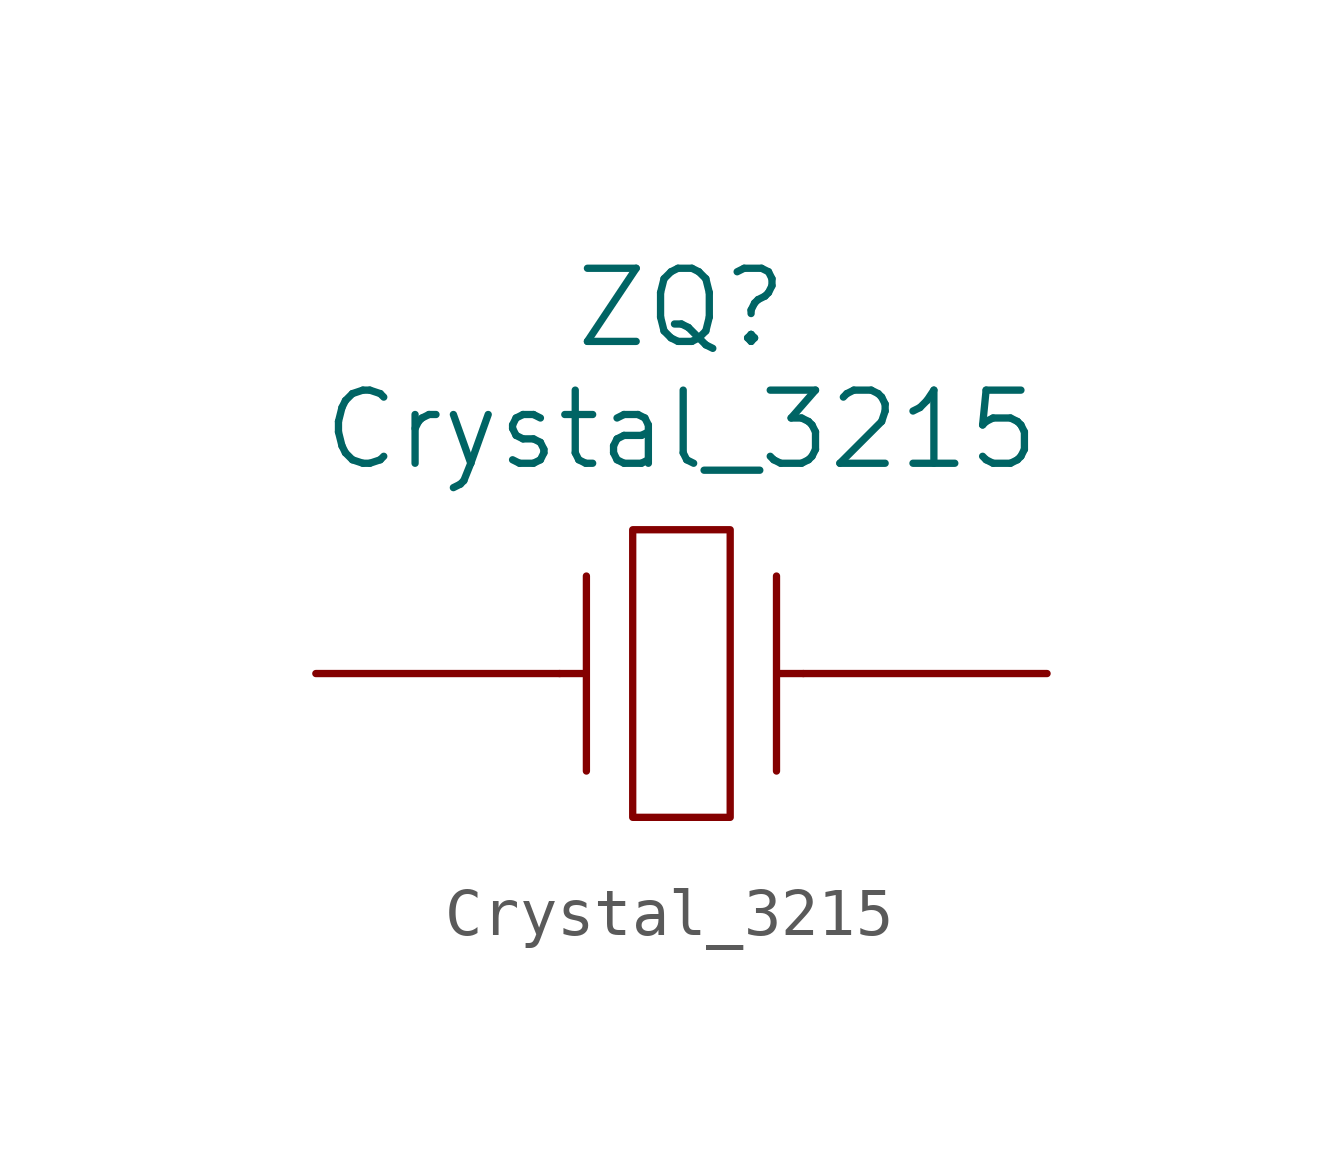
<source format=kicad_sym>
(kicad_symbol_lib
  (version 20220914)
  (generator kicad_symbol_editor)
  (symbol "Crystal_3215"
    (pin_numbers hide)
    (pin_names
      (offset 1.016) hide)
    (property "Reference" "ZQ"
      (at 0 7.62 0)
      (effects (font (size 1.524 1.524))))
    (property "Value" "Crystal_3215"
      (at 0 5.08 0)
      (effects (font (size 1.524 1.524))))
    (property "Datasheet" ""
      (at -8.255 0 0)
      (effects (font (size 1.524 1.524))))
    (symbol "Crystal_3215_0_1"
      (rectangle (start -1.016 2.997) (end 1.016 -2.997) (stroke (width 0) (type solid)) (fill (type none)))
      (polyline (pts (xy -2.007 0) (xy -2.54 0)) (stroke (width 0) (type solid)) (fill (type none)))
      (polyline (pts (xy 2.54 0) (xy 2.007 0)) (stroke (width 0) (type solid)) (fill (type none)))
      (polyline (pts (xy -1.981 2.032) (xy -1.981 -1.778) (xy -1.981 -2.032)) (stroke (width 0) (type solid)) (fill (type none)))
      (polyline (pts (xy 1.981 2.032) (xy 1.981 0) (xy 1.981 -1.524) (xy 1.981 -2.032)) (stroke (width 0) (type solid)) (fill (type none))))
    (symbol "Crystal_3215_1_1"
      (pin input line (at -7.62 0 0) (length 5.08) (name "1" (effects (font (size 1.27 1.27)))) (number "1" (effects (font (size 1.27 1.27)))))
      (pin input line (at 7.62 0 180) (length 5.08) (name "2" (effects (font (size 1.27 1.27)))) (number "2" (effects (font (size 1.27 1.27))))))))
</source>
